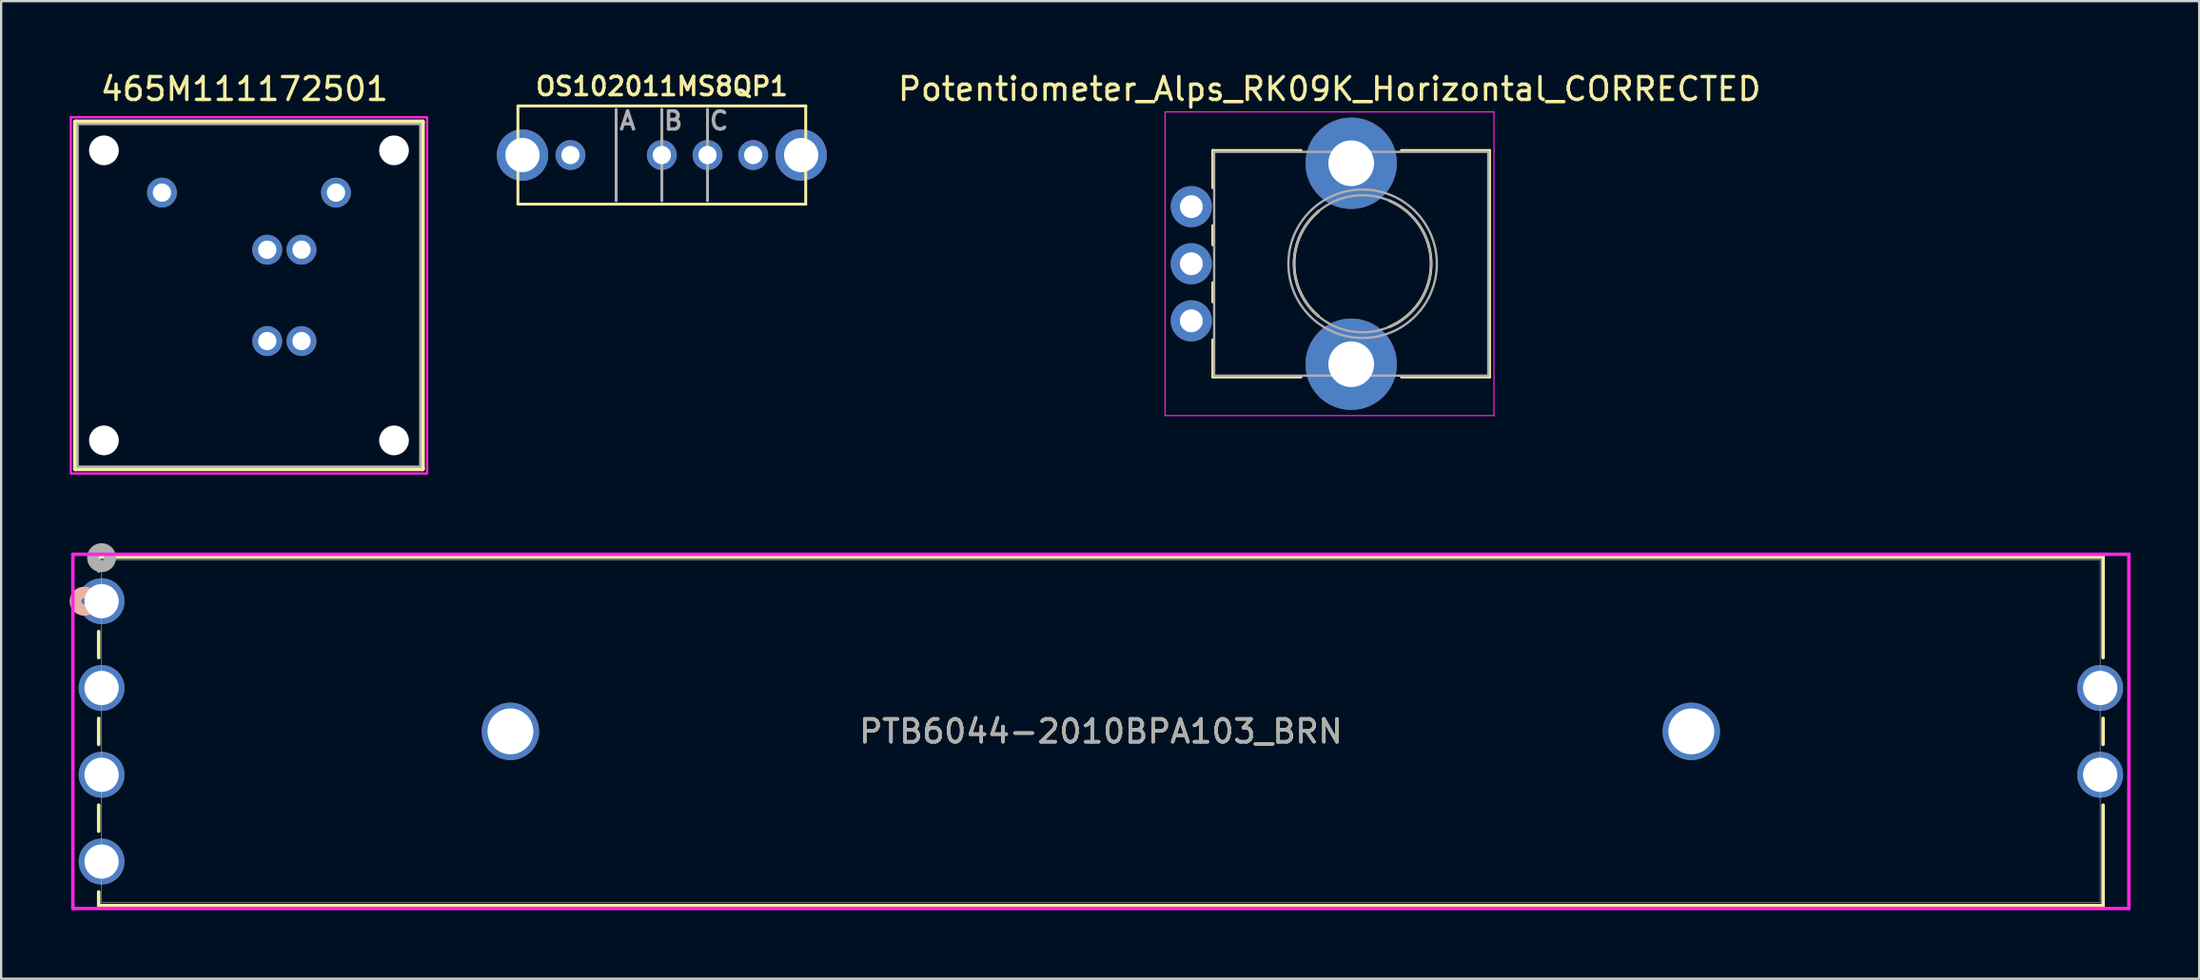
<source format=kicad_pcb>
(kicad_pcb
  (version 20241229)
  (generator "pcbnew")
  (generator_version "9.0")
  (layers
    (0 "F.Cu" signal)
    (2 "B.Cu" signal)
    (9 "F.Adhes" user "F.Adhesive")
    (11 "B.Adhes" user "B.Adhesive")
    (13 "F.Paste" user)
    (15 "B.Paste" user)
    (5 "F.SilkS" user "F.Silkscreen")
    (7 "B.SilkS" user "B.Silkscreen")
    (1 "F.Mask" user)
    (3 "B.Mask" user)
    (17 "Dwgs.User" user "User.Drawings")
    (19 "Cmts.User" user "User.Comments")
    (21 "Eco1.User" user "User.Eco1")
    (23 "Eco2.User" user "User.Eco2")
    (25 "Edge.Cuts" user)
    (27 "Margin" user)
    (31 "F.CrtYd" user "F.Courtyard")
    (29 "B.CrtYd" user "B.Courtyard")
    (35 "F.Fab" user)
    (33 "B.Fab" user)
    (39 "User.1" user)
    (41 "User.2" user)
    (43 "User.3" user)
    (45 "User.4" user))
  (footprint "Potentiometer_Alps_RK09K_Horizontal_CORRECTED"
    (layer "F.Cu")
    (at 49.106 10.998)
    (property "Reference" "Potentiometer_Alps_RK09K_Horizontal_CORRECTED" (at 6.05 -10.15 0) (layer "F.SilkS") (effects (font (size 1 1) (thickness 0.15))))
    (attr through_hole)
    (fp_line (start 0.94 -7.461) (end 0.94 -5.825) (stroke (width 0.12) (type solid)) (layer "F.SilkS"))
    (fp_line (start 0.94 -7.461) (end 4.806 -7.461) (stroke (width 0.12) (type solid)) (layer "F.SilkS"))
    (fp_line (start 0.94 -4.175) (end 0.94 -3.325) (stroke (width 0.12) (type solid)) (layer "F.SilkS"))
    (fp_line (start 0.94 -1.675) (end 0.94 -0.825) (stroke (width 0.12) (type solid)) (layer "F.SilkS"))
    (fp_line (start 0.94 0.825) (end 0.94 2.46) (stroke (width 0.12) (type solid)) (layer "F.SilkS"))
    (fp_line (start 0.94 2.46) (end 4.806 2.46) (stroke (width 0.12) (type solid)) (layer "F.SilkS"))
    (fp_line (start 9.195 -7.461) (end 13.06 -7.461) (stroke (width 0.12) (type solid)) (layer "F.SilkS"))
    (fp_line (start 9.195 2.46) (end 13.06 2.46) (stroke (width 0.12) (type solid)) (layer "F.SilkS"))
    (fp_line (start 13.06 -7.461) (end 13.06 2.46) (stroke (width 0.12) (type solid)) (layer "F.SilkS"))
    (fp_arc (start 5.571705 -0.202247) (mid 4.500335 -2.500192) (end 5.572 -4.798) (stroke (width 0.12) (type solid)) (layer "F.SilkS"))
    (fp_arc (start 8.671982 -5.262432) (mid 10.500762 -2.500553) (end 8.673 0.262) (stroke (width 0.12) (type solid)) (layer "F.SilkS"))
    (fp_line (start -1.15 -9.15) (end -1.15 4.15) (stroke (width 0.05) (type solid)) (layer "F.CrtYd"))
    (fp_line (start -1.15 4.15) (end 13.25 4.15) (stroke (width 0.05) (type solid)) (layer "F.CrtYd"))
    (fp_line (start 13.25 -9.15) (end -1.15 -9.15) (stroke (width 0.05) (type solid)) (layer "F.CrtYd"))
    (fp_line (start 13.25 4.15) (end 13.25 -9.15) (stroke (width 0.05) (type solid)) (layer "F.CrtYd"))
    (fp_line (start 1 -7.4) (end 1 2.4) (stroke (width 0.1) (type solid)) (layer "F.Fab"))
    (fp_line (start 1 2.4) (end 13 2.4) (stroke (width 0.1) (type solid)) (layer "F.Fab"))
    (fp_line (start 13 -7.4) (end 1 -7.4) (stroke (width 0.1) (type solid)) (layer "F.Fab"))
    (fp_line (start 13 2.4) (end 13 -7.4) (stroke (width 0.1) (type solid)) (layer "F.Fab"))
    (fp_circle (center 7.5 -2.5) (end 10.5 -2.5) (stroke (width 0.1) (type solid)) (fill no) (layer "F.Fab"))
    (fp_circle (center 7.5 -2.5) (end 10.75 -2.5) (stroke (width 0.1) (type solid)) (fill no) (layer "F.Fab"))
    (pad "" np_thru_hole circle (at 7 -6.9) (size 4 4) (drill 2) (layers "*.Cu" "*.Mask"))
    (pad "" np_thru_hole circle (at 7 1.9) (size 4 4) (drill 2) (layers "*.Cu" "*.Mask"))
    (pad "1" thru_hole circle (at 0 -5) (size 1.8 1.8) (drill 1) (layers "*.Cu" "*.Mask"))
    (pad "2" thru_hole circle (at 0 -2.5) (size 1.8 1.8) (drill 1) (layers "*.Cu" "*.Mask"))
    (pad "3" thru_hole circle (at 0 0) (size 1.8 1.8) (drill 1) (layers "*.Cu" "*.Mask")))
  (footprint "465M111172501"
    (layer "F.Cu")
    (at 7.85 9.883)
    (property "Reference" "465M111172501" (at -0.2 -9.035 0) (layer "F.SilkS") (effects (font (size 1 1) (thickness 0.15))))
    (attr through_hole)
    (fp_line (start -7.6 -7.6) (end 7.6 -7.6) (stroke (width 0.2) (type solid)) (layer "F.SilkS"))
    (fp_line (start -7.6 7.6) (end -7.6 -7.6) (stroke (width 0.2) (type solid)) (layer "F.SilkS"))
    (fp_line (start 7.6 -7.6) (end 7.6 7.6) (stroke (width 0.2) (type solid)) (layer "F.SilkS"))
    (fp_line (start 7.6 7.6) (end -7.6 7.6) (stroke (width 0.2) (type solid)) (layer "F.SilkS"))
    (fp_poly (pts (xy -7.8 -7.8) (xy 7.8 -7.8) (xy 7.8 7.8) (xy -7.8 7.8)) (stroke (width 0.1) (type solid)) (fill no) (layer "F.CrtYd"))
    (fp_line (start -7.5 -7.5) (end 7.5 -7.5) (stroke (width 0.1) (type solid)) (layer "F.Fab"))
    (fp_line (start -7.5 7.5) (end -7.5 -7.5) (stroke (width 0.1) (type solid)) (layer "F.Fab"))
    (fp_line (start 7.5 -7.5) (end 7.5 7.5) (stroke (width 0.1) (type solid)) (layer "F.Fab"))
    (fp_line (start 7.5 7.5) (end -7.5 7.5) (stroke (width 0.1) (type solid)) (layer "F.Fab"))
    (pad "" np_thru_hole circle (at -6.35 -6.35) (size 1.3 1.3) (drill 1.3) (layers "*.Cu" "*.Mask"))
    (pad "" np_thru_hole circle (at -6.35 6.35) (size 1.3 1.3) (drill 1.3) (layers "*.Cu" "*.Mask"))
    (pad "" np_thru_hole circle (at 6.35 -6.35) (size 1.3 1.3) (drill 1.3) (layers "*.Cu" "*.Mask"))
    (pad "" np_thru_hole circle (at 6.35 6.35) (size 1.3 1.3) (drill 1.3) (layers "*.Cu" "*.Mask"))
    (pad "1" thru_hole circle (at -3.81 -4.5) (size 1.308 1.308) (drill 0.8) (layers "*.Cu" "*.Mask"))
    (pad "2" thru_hole circle (at 3.81 -4.5) (size 1.308 1.308) (drill 0.8) (layers "*.Cu" "*.Mask"))
    (pad "L1" thru_hole circle (at 0.8 2) (size 1.308 1.308) (drill 0.8) (layers "*.Cu" "*.Mask"))
    (pad "L2" thru_hole circle (at 2.3 2) (size 1.308 1.308) (drill 0.8) (layers "*.Cu" "*.Mask"))
    (pad "L3" thru_hole circle (at 2.3 -2) (size 1.308 1.308) (drill 0.8) (layers "*.Cu" "*.Mask"))
    (pad "LC" thru_hole circle (at 0.8 -2) (size 1.308 1.308) (drill 0.8) (layers "*.Cu" "*.Mask")))
  (footprint "PTB6044-2010BPA103_BRN"
    (layer "F.Cu")
    (at 1.397 23.273)
    (property "Reference" "PTB6044-2010BPA103_BRN" (at 43.75 5.7 0) (unlocked yes) (layer "F.SilkS") (effects (font (size 1 1) (thickness 0.15))))
    (attr through_hole)
    (fp_line (start -0.127 -1.927) (end -0.127 -1.33) (stroke (width 0.152) (type solid)) (layer "F.SilkS"))
    (fp_line (start -0.127 1.33) (end -0.127 2.47) (stroke (width 0.152) (type solid)) (layer "F.SilkS"))
    (fp_line (start -0.127 5.13) (end -0.127 6.27) (stroke (width 0.152) (type solid)) (layer "F.SilkS"))
    (fp_line (start -0.127 8.93) (end -0.127 10.07) (stroke (width 0.152) (type solid)) (layer "F.SilkS"))
    (fp_line (start -0.127 12.73) (end -0.127 13.327) (stroke (width 0.152) (type solid)) (layer "F.SilkS"))
    (fp_line (start -0.127 13.327) (end 87.627 13.327) (stroke (width 0.152) (type solid)) (layer "F.SilkS"))
    (fp_line (start 87.627 -1.927) (end -0.127 -1.927) (stroke (width 0.152) (type solid)) (layer "F.SilkS"))
    (fp_line (start 87.627 2.47) (end 87.627 -1.927) (stroke (width 0.152) (type solid)) (layer "F.SilkS"))
    (fp_line (start 87.627 6.27) (end 87.627 5.13) (stroke (width 0.152) (type solid)) (layer "F.SilkS"))
    (fp_line (start 87.627 13.327) (end 87.627 8.93) (stroke (width 0.152) (type solid)) (layer "F.SilkS"))
    (fp_circle (center -0.762 0) (end -0.381 0) (stroke (width 0.508) (type solid)) (fill no) (layer "B.SilkS"))
    (fp_line (start -1.257 -2.054) (end -1.257 13.454) (stroke (width 0.152) (type solid)) (layer "F.CrtYd"))
    (fp_line (start -1.257 13.454) (end 88.757 13.454) (stroke (width 0.152) (type solid)) (layer "F.CrtYd"))
    (fp_line (start 88.757 -2.054) (end -1.257 -2.054) (stroke (width 0.152) (type solid)) (layer "F.CrtYd"))
    (fp_line (start 88.757 13.454) (end 88.757 -2.054) (stroke (width 0.152) (type solid)) (layer "F.CrtYd"))
    (fp_line (start 0 -1.8) (end 0 13.2) (stroke (width 0.025) (type solid)) (layer "F.Fab"))
    (fp_line (start 0 13.2) (end 87.5 13.2) (stroke (width 0.025) (type solid)) (layer "F.Fab"))
    (fp_line (start 87.5 -1.8) (end 0 -1.8) (stroke (width 0.025) (type solid)) (layer "F.Fab"))
    (fp_line (start 87.5 13.2) (end 87.5 -1.8) (stroke (width 0.025) (type solid)) (layer "F.Fab"))
    (fp_circle (center 0 -1.905) (end 0.381 -1.905) (stroke (width 0.508) (type solid)) (fill no) (layer "F.Fab"))
    (fp_text user "${REFERENCE}" (at 43.75 5.7 0) (unlocked yes) (layer "F.Fab") (effects (font (size 1 1) (thickness 0.15))))
    (pad "1" thru_hole circle (at 0 3.8) (size 2.007 2.007) (drill 1.499) (layers "*.Cu" "*.Mask"))
    (pad "2" thru_hole circle (at 0 0) (size 2.007 2.007) (drill 1.499) (layers "*.Cu" "*.Mask"))
    (pad "3" thru_hole circle (at 87.5 3.8) (size 2.007 2.007) (drill 1.499) (layers "*.Cu" "*.Mask"))
    (pad "4" thru_hole circle (at 0 7.6) (size 2.007 2.007) (drill 1.499) (layers "*.Cu" "*.Mask"))
    (pad "5" thru_hole circle (at 0 11.4) (size 2.007 2.007) (drill 1.499) (layers "*.Cu" "*.Mask"))
    (pad "6" thru_hole circle (at 87.5 7.6) (size 2.007 2.007) (drill 1.499) (layers "*.Cu" "*.Mask"))
    (pad "7" thru_hole circle (at 17.9 5.7) (size 2.515 2.515) (drill 2.007) (layers "*.Cu" "*.Mask"))
    (pad "8" thru_hole circle (at 69.6 5.7) (size 2.515 2.515) (drill 2.007) (layers "*.Cu" "*.Mask")))
  (footprint "OS102011MS8QP1"
    (layer "F.Cu")
    (at 25.925 3.739)
    (property "Reference" "OS102011MS8QP1" (at 0 -3.008 0) (layer "F.SilkS") (effects (font (size 0.8 0.8) (thickness 0.15))))
    (attr through_hole)
    (fp_line (start -6.3 -2.15) (end 6.3 -2.15) (stroke (width 0.127) (type solid)) (layer "F.SilkS"))
    (fp_line (start -6.3 2.15) (end -6.3 -2.15) (stroke (width 0.127) (type solid)) (layer "F.SilkS"))
    (fp_line (start 6.3 -2.15) (end 6.3 2.15) (stroke (width 0.127) (type solid)) (layer "F.SilkS"))
    (fp_line (start 6.3 2.15) (end -6.3 2.15) (stroke (width 0.127) (type solid)) (layer "F.SilkS"))
    (fp_line (start -2 -2) (end -2 2) (stroke (width 0.127) (type solid)) (layer "F.Fab"))
    (fp_line (start 0 -2) (end 0 2) (stroke (width 0.127) (type solid)) (layer "F.Fab"))
    (fp_line (start 2 -2) (end 2 2) (stroke (width 0.127) (type solid)) (layer "F.Fab"))
    (fp_text user "C" (at 2.5 -1.5 0) (layer "F.Fab") (effects (font (size 0.787 0.787) (thickness 0.15))))
    (fp_text user "B" (at 0.5 -1.5 0) (layer "F.Fab") (effects (font (size 0.787 0.787) (thickness 0.15))))
    (fp_text user "A" (at -1.5 -1.5 0) (layer "F.Fab") (effects (font (size 0.787 0.787) (thickness 0.15))))
    (pad "1" thru_hole circle (at -4 0) (size 1.308 1.308) (drill 0.8) (layers "*.Cu" "*.Mask"))
    (pad "2" thru_hole circle (at 0 0) (size 1.308 1.308) (drill 0.8) (layers "*.Cu" "*.Mask"))
    (pad "3" thru_hole circle (at 2 0) (size 1.308 1.308) (drill 0.8) (layers "*.Cu" "*.Mask"))
    (pad "4" thru_hole circle (at 4 0) (size 1.308 1.308) (drill 0.8) (layers "*.Cu" "*.Mask"))
    (pad "MOUNT1" thru_hole circle (at -6.1 0) (size 2.25 2.25) (drill 1.5) (layers "*.Cu" "*.Mask"))
    (pad "MOUNT2" thru_hole circle (at 6.1 0) (size 2.25 2.25) (drill 1.5) (layers "*.Cu" "*.Mask")))
  (gr_rect
    (start -3 -3)
    (end 93.231 39.803)
    (stroke (width 0.1) (type default))
    (fill no)
    (layer "Edge.Cuts")))
</source>
